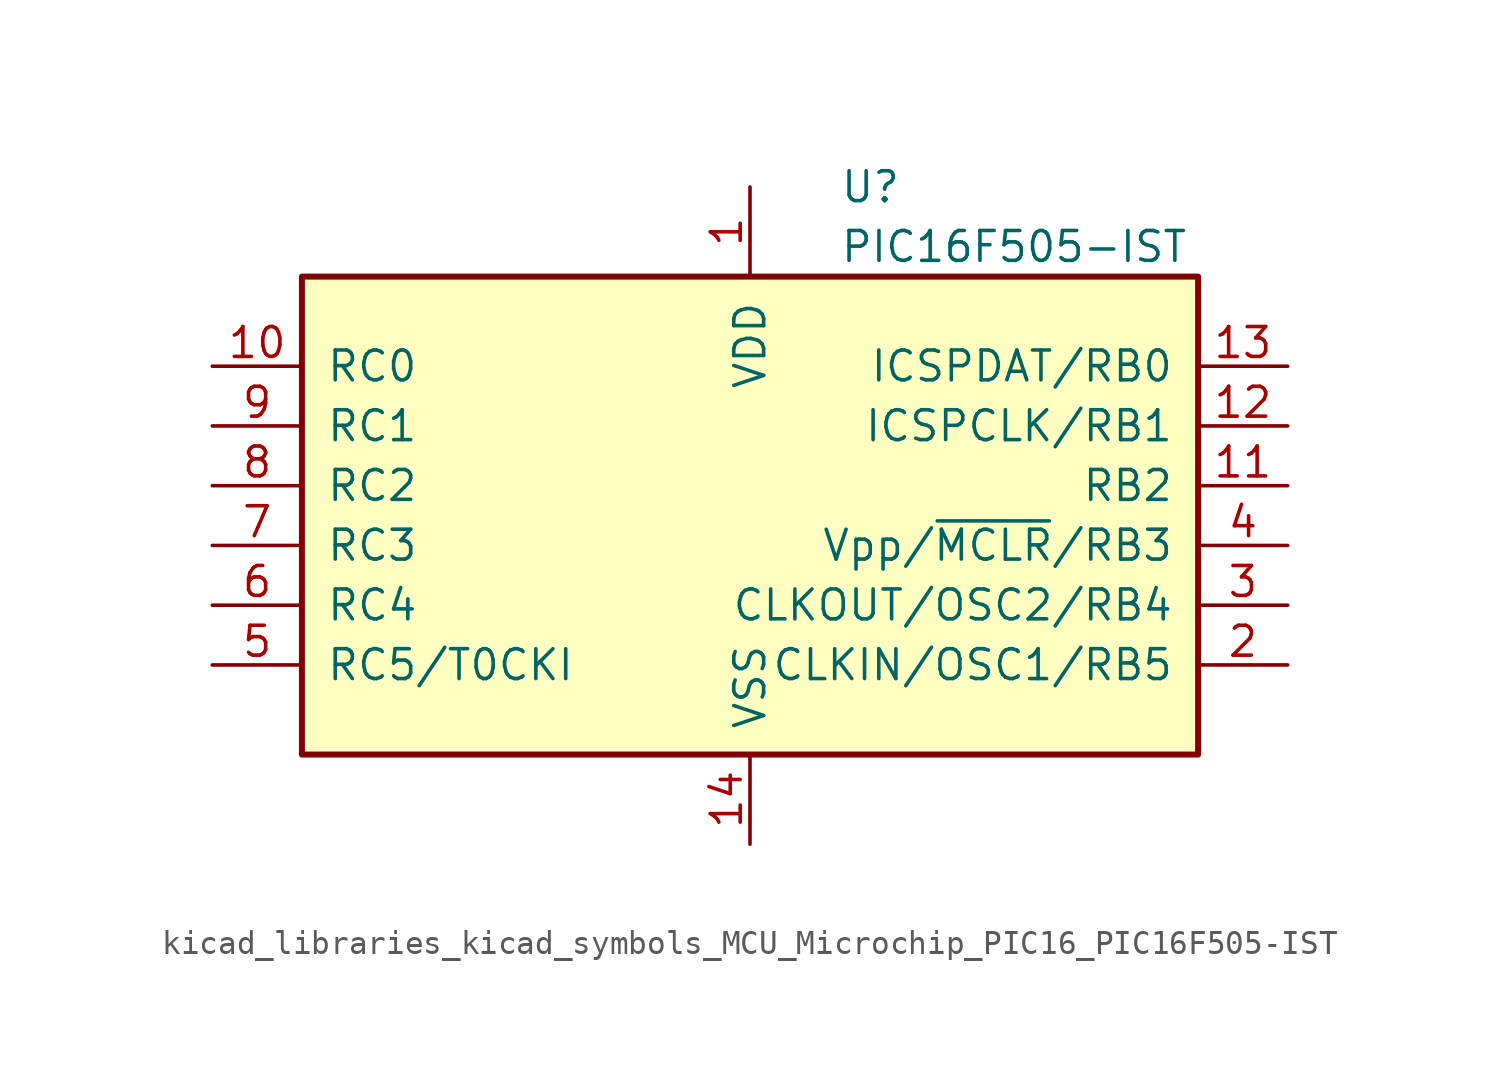
<source format=kicad_sym>
(kicad_symbol_lib
  (version 20220914)
  (generator kicad_symbol_editor)
  (symbol "kicad_libraries_kicad_symbols_MCU_Microchip_PIC16_PIC16F505-IST"
    (pin_names
      (offset 1.016))
    (property "Reference" "U"
      (at 3.81 12.7 0)
      (effects (font (size 1.27 1.27)) (justify left)))
    (property "Value" "PIC16F505-IST"
      (at 3.81 10.16 0)
      (effects (font (size 1.27 1.27)) (justify left)))
    (symbol "kicad_libraries_kicad_symbols_MCU_Microchip_PIC16_PIC16F505-IST_0_1"
      (rectangle (start -19.05 8.89) (end 19.05 -11.43) (stroke (width 0.254) (type default)) (fill (type background))))
    (symbol "kicad_libraries_kicad_symbols_MCU_Microchip_PIC16_PIC16F505-IST_1_1"
      (pin power_in line (at 0 12.7 270) (length 3.81) (name "VDD" (effects (font (size 1.27 1.27)))) (number "1" (effects (font (size 1.27 1.27)))))
      (pin bidirectional line (at -22.86 5.08 0) (length 3.81) (name "RC0" (effects (font (size 1.27 1.27)))) (number "10" (effects (font (size 1.27 1.27)))))
      (pin bidirectional line (at 22.86 0 180) (length 3.81) (name "RB2" (effects (font (size 1.27 1.27)))) (number "11" (effects (font (size 1.27 1.27)))))
      (pin bidirectional line (at 22.86 2.54 180) (length 3.81) (name "ICSPCLK/RB1" (effects (font (size 1.27 1.27)))) (number "12" (effects (font (size 1.27 1.27)))))
      (pin bidirectional line (at 22.86 5.08 180) (length 3.81) (name "ICSPDAT/RB0" (effects (font (size 1.27 1.27)))) (number "13" (effects (font (size 1.27 1.27)))))
      (pin power_in line (at 0 -15.24 90) (length 3.81) (name "VSS" (effects (font (size 1.27 1.27)))) (number "14" (effects (font (size 1.27 1.27)))))
      (pin bidirectional line (at 22.86 -7.62 180) (length 3.81) (name "CLKIN/OSC1/RB5" (effects (font (size 1.27 1.27)))) (number "2" (effects (font (size 1.27 1.27)))))
      (pin bidirectional line (at 22.86 -5.08 180) (length 3.81) (name "CLKOUT/OSC2/RB4" (effects (font (size 1.27 1.27)))) (number "3" (effects (font (size 1.27 1.27)))))
      (pin input line (at 22.86 -2.54 180) (length 3.81) (name "Vpp/~{MCLR}/RB3" (effects (font (size 1.27 1.27)))) (number "4" (effects (font (size 1.27 1.27)))))
      (pin bidirectional line (at -22.86 -7.62 0) (length 3.81) (name "RC5/T0CKI" (effects (font (size 1.27 1.27)))) (number "5" (effects (font (size 1.27 1.27)))))
      (pin bidirectional line (at -22.86 -5.08 0) (length 3.81) (name "RC4" (effects (font (size 1.27 1.27)))) (number "6" (effects (font (size 1.27 1.27)))))
      (pin bidirectional line (at -22.86 -2.54 0) (length 3.81) (name "RC3" (effects (font (size 1.27 1.27)))) (number "7" (effects (font (size 1.27 1.27)))))
      (pin bidirectional line (at -22.86 0 0) (length 3.81) (name "RC2" (effects (font (size 1.27 1.27)))) (number "8" (effects (font (size 1.27 1.27)))))
      (pin bidirectional line (at -22.86 2.54 0) (length 3.81) (name "RC1" (effects (font (size 1.27 1.27)))) (number "9" (effects (font (size 1.27 1.27))))))))
</source>
